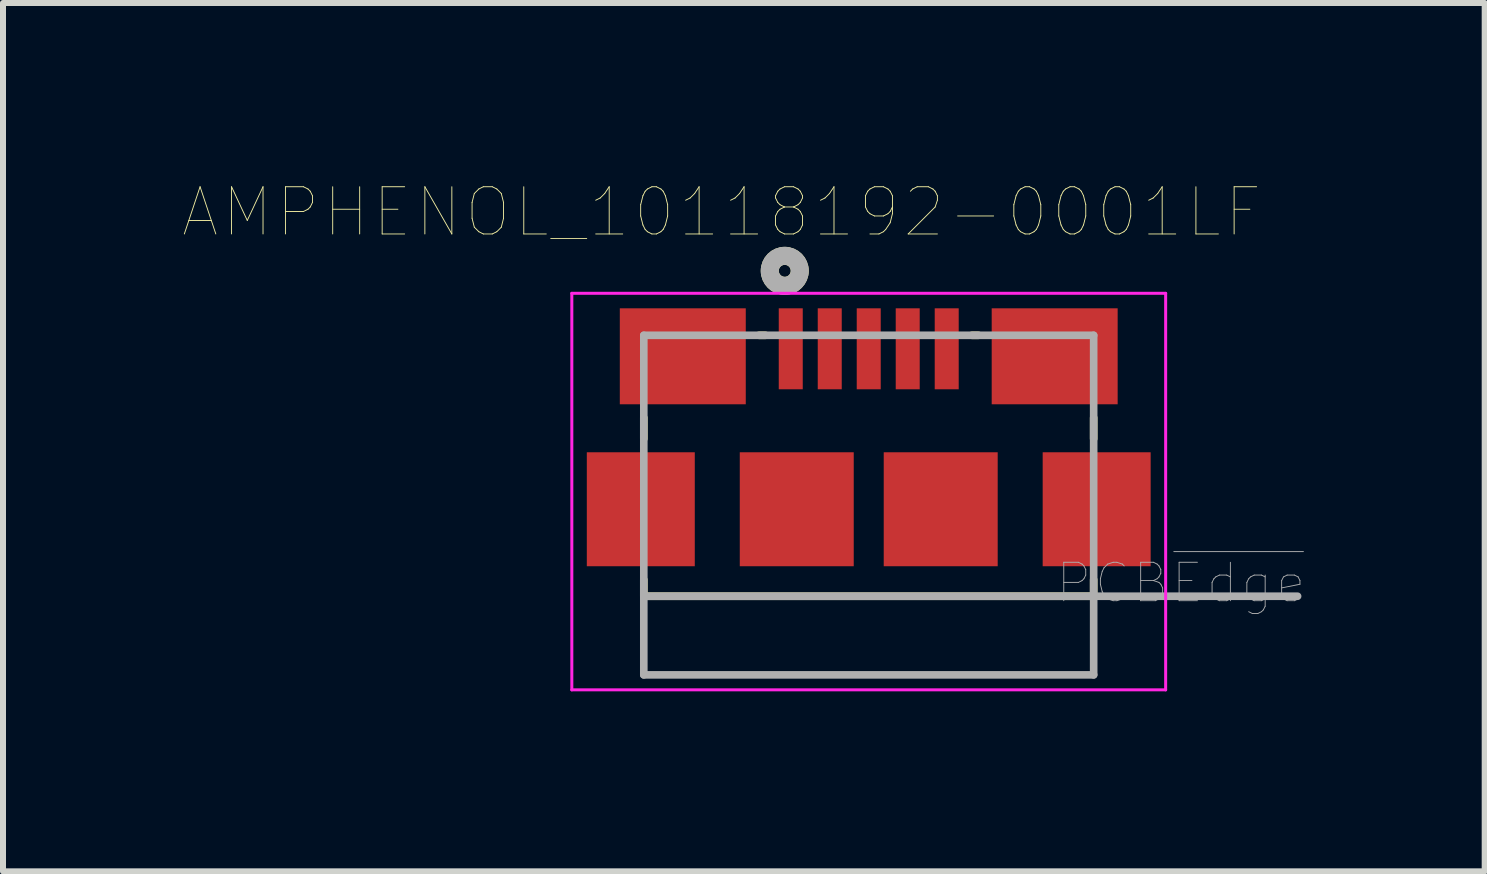
<source format=kicad_pcb>
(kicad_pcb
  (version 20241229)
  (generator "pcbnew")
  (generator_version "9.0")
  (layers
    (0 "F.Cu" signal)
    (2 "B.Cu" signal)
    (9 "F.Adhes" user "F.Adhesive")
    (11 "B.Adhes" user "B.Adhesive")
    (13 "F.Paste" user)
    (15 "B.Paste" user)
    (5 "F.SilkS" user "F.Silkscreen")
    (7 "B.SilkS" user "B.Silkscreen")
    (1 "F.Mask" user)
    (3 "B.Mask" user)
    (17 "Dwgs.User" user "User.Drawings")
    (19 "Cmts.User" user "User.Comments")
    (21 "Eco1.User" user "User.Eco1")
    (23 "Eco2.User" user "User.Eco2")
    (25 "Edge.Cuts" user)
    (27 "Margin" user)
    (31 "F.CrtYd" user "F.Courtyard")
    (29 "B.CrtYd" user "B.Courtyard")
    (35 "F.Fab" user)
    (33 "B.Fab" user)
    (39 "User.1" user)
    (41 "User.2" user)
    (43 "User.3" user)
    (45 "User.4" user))
  (footprint "AMPHENOL_10118192-0001LF"
    (layer "F.Cu")
    (at 11.433 2.765)
    (property "Reference" "AMPHENOL_10118192-0001LF" (at -2.453 -2.278 0) (layer "F.SilkS") (effects (font (size 0.787 0.787) (thickness 0.015))))
    (attr through_hole)
    (fp_line (start -3.75 1.15) (end -3.75 1.5) (stroke (width 0.127) (type solid)) (layer "F.SilkS"))
    (fp_line (start -3.75 3.85) (end -3.75 4.125) (stroke (width 0.127) (type solid)) (layer "F.SilkS"))
    (fp_line (start -3.75 4.125) (end 3.75 4.125) (stroke (width 0.127) (type solid)) (layer "F.SilkS"))
    (fp_line (start -1.83 -0.225) (end -1.72 -0.225) (stroke (width 0.127) (type solid)) (layer "F.SilkS"))
    (fp_line (start 1.72 -0.225) (end 1.83 -0.225) (stroke (width 0.127) (type solid)) (layer "F.SilkS"))
    (fp_line (start 3.75 1.15) (end 3.75 1.5) (stroke (width 0.127) (type solid)) (layer "F.SilkS"))
    (fp_line (start 3.75 4.125) (end 3.75 3.85) (stroke (width 0.127) (type solid)) (layer "F.SilkS"))
    (fp_circle (center -1.4 -1.3) (end -1.3 -1.3) (stroke (width 0.3) (type solid)) (fill no) (layer "F.SilkS"))
    (fp_line (start -4.95 -0.925) (end 4.95 -0.925) (stroke (width 0.05) (type solid)) (layer "F.CrtYd"))
    (fp_line (start -4.95 5.686) (end -4.95 -0.925) (stroke (width 0.05) (type solid)) (layer "F.CrtYd"))
    (fp_line (start 4.95 -0.925) (end 4.95 5.686) (stroke (width 0.05) (type solid)) (layer "F.CrtYd"))
    (fp_line (start 4.95 5.686) (end -4.95 5.686) (stroke (width 0.05) (type solid)) (layer "F.CrtYd"))
    (fp_line (start -3.75 -0.225) (end 3.75 -0.225) (stroke (width 0.127) (type solid)) (layer "F.Fab"))
    (fp_line (start -3.75 4.125) (end -3.75 -0.225) (stroke (width 0.127) (type solid)) (layer "F.Fab"))
    (fp_line (start -3.75 5.436) (end -3.75 4.125) (stroke (width 0.127) (type solid)) (layer "F.Fab"))
    (fp_line (start 3.75 -0.225) (end 3.75 4.125) (stroke (width 0.127) (type solid)) (layer "F.Fab"))
    (fp_line (start 3.75 4.125) (end -3.75 4.125) (stroke (width 0.127) (type solid)) (layer "F.Fab"))
    (fp_line (start 3.75 4.125) (end 3.75 5.436) (stroke (width 0.127) (type solid)) (layer "F.Fab"))
    (fp_line (start 3.75 4.125) (end 7.15 4.125) (stroke (width 0.127) (type solid)) (layer "F.Fab"))
    (fp_line (start 3.75 5.436) (end -3.75 5.436) (stroke (width 0.127) (type solid)) (layer "F.Fab"))
    (fp_circle (center -1.4 -1.3) (end -1.3 -1.3) (stroke (width 0.3) (type solid)) (fill no) (layer "F.Fab"))
    (fp_text user "PCB~{Edge}" (at 5.205 3.904 0) (layer "F.Fab") (effects (font (size 0.641 0.641) (thickness 0.015))))
    (pad "1" smd rect (at -1.3 0) (size 0.4 1.35) (layers "F.Cu" "F.Mask" "F.Paste"))
    (pad "2" smd rect (at -0.65 0) (size 0.4 1.35) (layers "F.Cu" "F.Mask" "F.Paste"))
    (pad "3" smd rect (at 0 0) (size 0.4 1.35) (layers "F.Cu" "F.Mask" "F.Paste"))
    (pad "4" smd rect (at 0.65 0) (size 0.4 1.35) (layers "F.Cu" "F.Mask" "F.Paste"))
    (pad "5" smd rect (at 1.3 0) (size 0.4 1.35) (layers "F.Cu" "F.Mask" "F.Paste"))
    (pad "SH" smd rect (at -3.8 2.675) (size 1.8 1.9) (layers "F.Cu" "F.Mask" "F.Paste"))
    (pad "SH" smd rect (at -3.1 0.125) (size 2.1 1.6) (layers "F.Cu" "F.Mask" "F.Paste"))
    (pad "SH" smd rect (at -1.2 2.675) (size 1.9 1.9) (layers "F.Cu" "F.Mask" "F.Paste"))
    (pad "SH" smd rect (at 1.2 2.675) (size 1.9 1.9) (layers "F.Cu" "F.Mask" "F.Paste"))
    (pad "SH" smd rect (at 3.1 0.125) (size 2.1 1.6) (layers "F.Cu" "F.Mask" "F.Paste"))
    (pad "SH" smd rect (at 3.8 2.675) (size 1.8 1.9) (layers "F.Cu" "F.Mask" "F.Paste")))
  (gr_rect
    (start -3 -3)
    (end 21.702 11.476)
    (stroke (width 0.1) (type default))
    (fill no)
    (layer "Edge.Cuts")))
</source>
